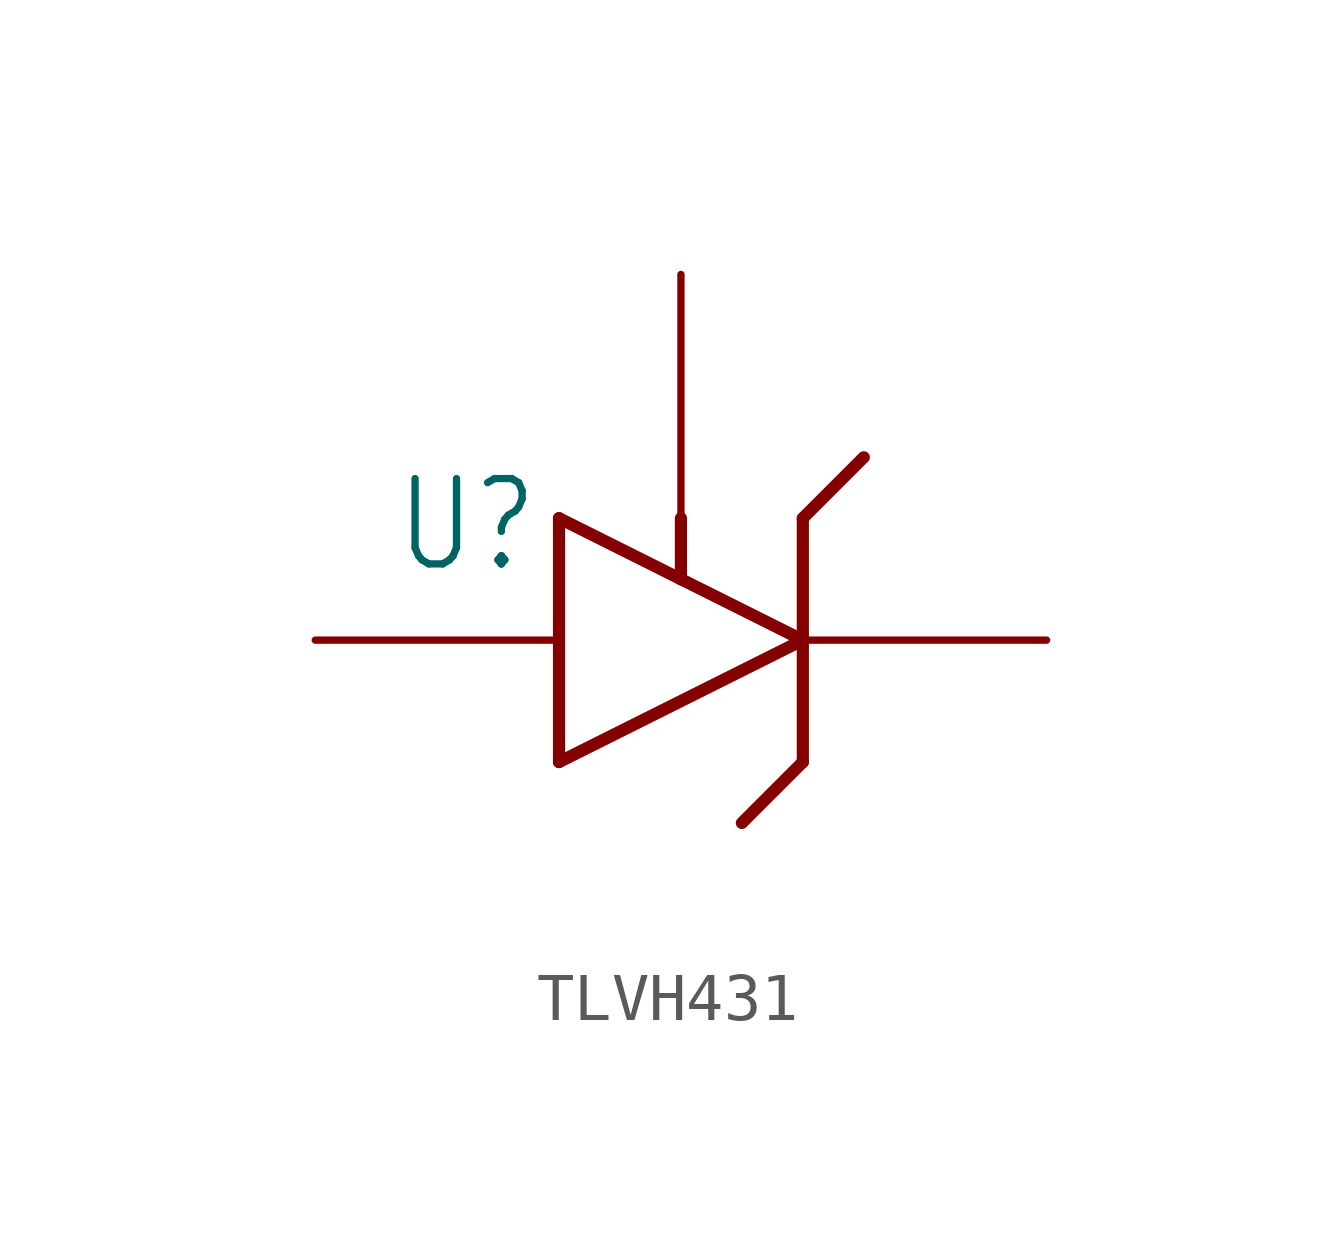
<source format=kicad_sym>
(kicad_symbol_lib
  (version 20241209)
  (generator "kicad_symbol_editor")
  (generator_version "9.0")
  (symbol "TLVH431"
    (property "Reference" "U"
      (at -6 -1.177 0)
      (effects (font (size 1.778 1.511)) (justify left bottom)))
    (property "Value" ""
      (at -8.54 -7.771 0)
      (effects (font (size 1.778 1.511)) (justify left bottom)))
    (property "ki_locked" ""
      (at 0 0 0)
      (effects (font (size 1.27 1.27))))
    (symbol "TLVH431_1_0"
      (polyline (pts (xy -2.54 0) (xy -2.54 -5.08)) (stroke (width 0.254) (type solid)) (fill (type none)))
      (polyline (pts (xy -2.54 0) (xy 0 -1.27)) (stroke (width 0.254) (type solid)) (fill (type none)))
      (polyline (pts (xy 0 0) (xy 0 -1.27)) (stroke (width 0.254) (type solid)) (fill (type none)))
      (polyline (pts (xy 0 -1.27) (xy 2.54 -2.54)) (stroke (width 0.254) (type solid)) (fill (type none)))
      (polyline (pts (xy 2.54 0) (xy 2.54 -5.08)) (stroke (width 0.254) (type solid)) (fill (type none)))
      (polyline (pts (xy 2.54 0) (xy 3.81 1.27)) (stroke (width 0.254) (type solid)) (fill (type none)))
      (polyline (pts (xy 2.54 -2.54) (xy -2.54 -5.08)) (stroke (width 0.254) (type solid)) (fill (type none)))
      (polyline (pts (xy 2.54 -5.08) (xy 1.27 -6.35)) (stroke (width 0.254) (type solid)) (fill (type none)))
      (pin bidirectional line (at -7.62 -2.54 0) (length 5.08) (name "ANODE" (effects (font (size 0 0)))) (number "3" (effects (font (size 0 0)))))
      (pin bidirectional line (at 0 5.08 270) (length 5.08) (name "REF" (effects (font (size 0 0)))) (number "1" (effects (font (size 0 0)))))
      (pin bidirectional line (at 7.62 -2.54 180) (length 5.08) (name "CATHODE" (effects (font (size 0 0)))) (number "2" (effects (font (size 0 0))))))))
</source>
